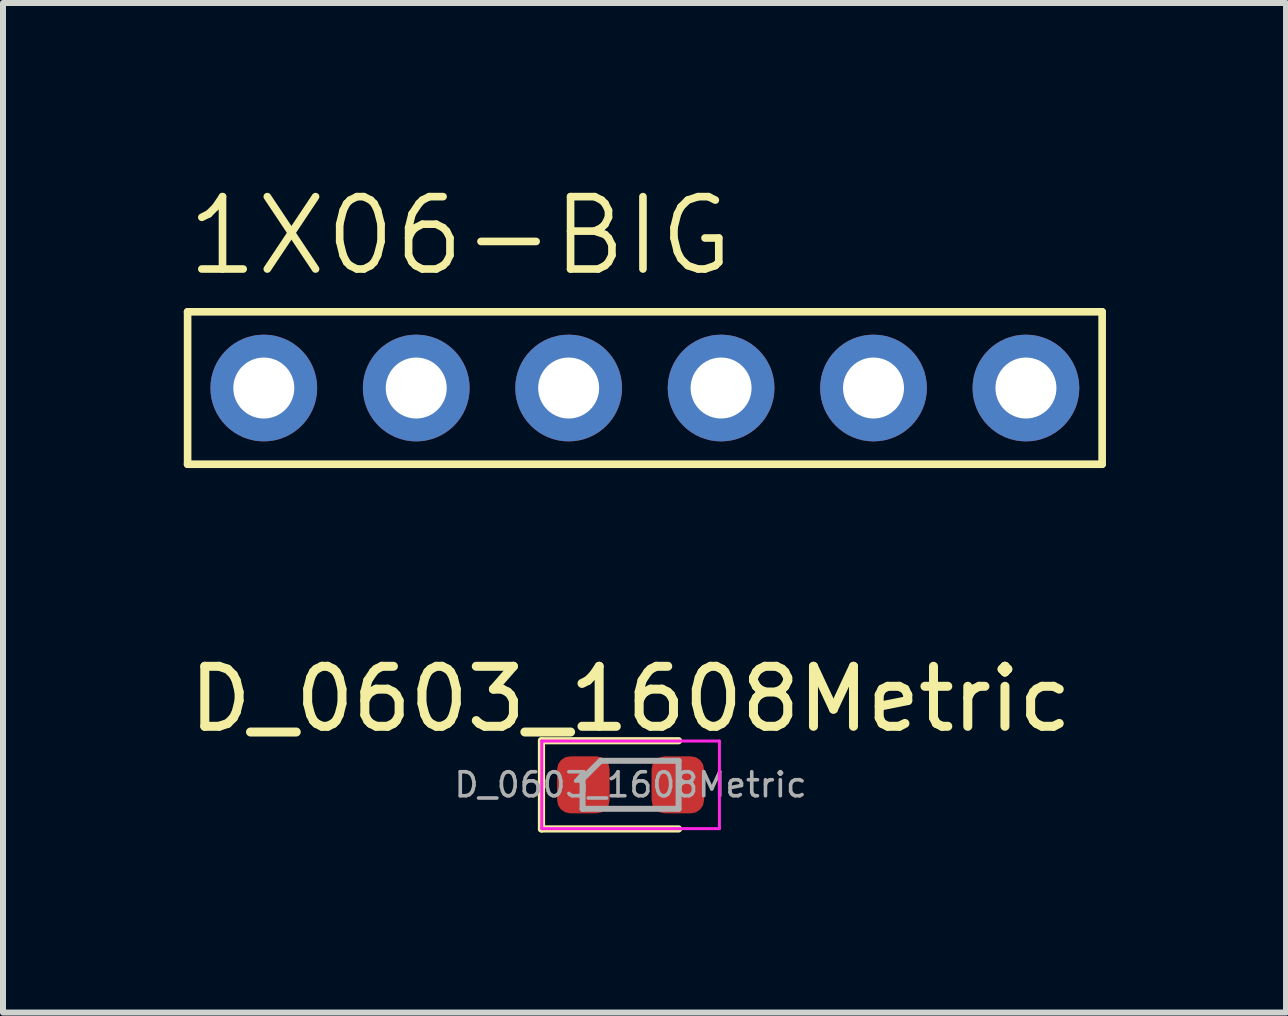
<source format=kicad_pcb>
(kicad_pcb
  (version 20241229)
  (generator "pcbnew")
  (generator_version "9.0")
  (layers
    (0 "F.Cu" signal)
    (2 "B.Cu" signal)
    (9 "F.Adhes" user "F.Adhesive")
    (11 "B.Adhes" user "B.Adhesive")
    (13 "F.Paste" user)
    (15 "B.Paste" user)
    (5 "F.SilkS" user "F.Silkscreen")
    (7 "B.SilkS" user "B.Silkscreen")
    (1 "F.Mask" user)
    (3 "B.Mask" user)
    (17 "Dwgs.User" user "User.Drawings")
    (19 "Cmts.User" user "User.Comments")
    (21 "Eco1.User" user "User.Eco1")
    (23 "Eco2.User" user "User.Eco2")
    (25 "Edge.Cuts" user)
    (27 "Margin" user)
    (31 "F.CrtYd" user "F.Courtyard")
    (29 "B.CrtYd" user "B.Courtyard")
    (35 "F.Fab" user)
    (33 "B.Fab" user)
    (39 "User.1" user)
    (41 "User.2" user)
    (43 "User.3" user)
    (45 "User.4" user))
  (footprint "D_0603_1608Metric"
    (layer "F.Cu")
    (at 7.458 10.028)
    (property "Reference" "D_0603_1608Metric" (at 0 -1.43 0) (layer "F.SilkS") (effects (font (size 1 1) (thickness 0.15))))
    (attr smd)
    (fp_line (start -1.485 -0.735) (end -1.485 0.735) (stroke (width 0.12) (type solid)) (layer "F.SilkS"))
    (fp_line (start -1.485 0.735) (end 0.8 0.735) (stroke (width 0.12) (type solid)) (layer "F.SilkS"))
    (fp_line (start 0.8 -0.735) (end -1.485 -0.735) (stroke (width 0.12) (type solid)) (layer "F.SilkS"))
    (fp_line (start -1.48 -0.73) (end 1.48 -0.73) (stroke (width 0.05) (type solid)) (layer "F.CrtYd"))
    (fp_line (start -1.48 0.73) (end -1.48 -0.73) (stroke (width 0.05) (type solid)) (layer "F.CrtYd"))
    (fp_line (start 1.48 -0.73) (end 1.48 0.73) (stroke (width 0.05) (type solid)) (layer "F.CrtYd"))
    (fp_line (start 1.48 0.73) (end -1.48 0.73) (stroke (width 0.05) (type solid)) (layer "F.CrtYd"))
    (fp_line (start -0.8 -0.1) (end -0.8 0.4) (stroke (width 0.1) (type solid)) (layer "F.Fab"))
    (fp_line (start -0.8 0.4) (end 0.8 0.4) (stroke (width 0.1) (type solid)) (layer "F.Fab"))
    (fp_line (start -0.5 -0.4) (end -0.8 -0.1) (stroke (width 0.1) (type solid)) (layer "F.Fab"))
    (fp_line (start 0.8 -0.4) (end -0.5 -0.4) (stroke (width 0.1) (type solid)) (layer "F.Fab"))
    (fp_line (start 0.8 0.4) (end 0.8 -0.4) (stroke (width 0.1) (type solid)) (layer "F.Fab"))
    (fp_text user "${REFERENCE}" (at 0 0 0) (layer "F.Fab") (effects (font (size 0.4 0.4) (thickness 0.06))))
    (pad "1" smd roundrect (at -0.787 0) (size 0.875 0.95) (layers "F.Cu" "F.Mask" "F.Paste") (roundrect_rratio 0.25))
    (pad "2" smd roundrect (at 0.787 0) (size 0.875 0.95) (layers "F.Cu" "F.Mask" "F.Paste") (roundrect_rratio 0.25)))
  (footprint "1X06-BIG"
    (layer "F.Cu")
    (at 7.696 3.416)
    (property "Reference" "1X06-BIG" (at -7.696 -1.829 0) (layer "F.SilkS") (effects (font (size 1.206 1.206) (thickness 0.127)) (justify left bottom)))
    (attr through_hole)
    (fp_line (start -7.62 -1.27) (end 7.62 -1.27) (stroke (width 0.127) (type solid)) (layer "F.SilkS"))
    (fp_line (start -7.62 1.27) (end -7.62 -1.27) (stroke (width 0.127) (type solid)) (layer "F.SilkS"))
    (fp_line (start 7.62 -1.27) (end 7.62 1.27) (stroke (width 0.127) (type solid)) (layer "F.SilkS"))
    (fp_line (start 7.62 1.27) (end -7.62 1.27) (stroke (width 0.127) (type solid)) (layer "F.SilkS"))
    (fp_poly (pts (xy -6.604 0.254) (xy -6.096 0.254) (xy -6.096 -0.254) (xy -6.604 -0.254)) (stroke (width 0.1) (type solid)) (fill no) (layer "F.Fab"))
    (fp_poly (pts (xy -4.064 0.254) (xy -3.556 0.254) (xy -3.556 -0.254) (xy -4.064 -0.254)) (stroke (width 0.1) (type solid)) (fill no) (layer "F.Fab"))
    (fp_poly (pts (xy -1.524 0.254) (xy -1.016 0.254) (xy -1.016 -0.254) (xy -1.524 -0.254)) (stroke (width 0.1) (type solid)) (fill no) (layer "F.Fab"))
    (fp_poly (pts (xy 1.016 0.254) (xy 1.524 0.254) (xy 1.524 -0.254) (xy 1.016 -0.254)) (stroke (width 0.1) (type solid)) (fill no) (layer "F.Fab"))
    (fp_poly (pts (xy 3.556 0.254) (xy 4.064 0.254) (xy 4.064 -0.254) (xy 3.556 -0.254)) (stroke (width 0.1) (type solid)) (fill no) (layer "F.Fab"))
    (fp_poly (pts (xy 6.096 0.254) (xy 6.604 0.254) (xy 6.604 -0.254) (xy 6.096 -0.254)) (stroke (width 0.1) (type solid)) (fill no) (layer "F.Fab"))
    (pad "1" thru_hole circle (at -6.35 0 90) (size 1.778 1.778) (drill 1.016) (layers "*.Cu" "*.Mask"))
    (pad "2" thru_hole circle (at -3.81 0 90) (size 1.778 1.778) (drill 1.016) (layers "*.Cu" "*.Mask"))
    (pad "3" thru_hole circle (at -1.27 0 90) (size 1.778 1.778) (drill 1.016) (layers "*.Cu" "*.Mask"))
    (pad "4" thru_hole circle (at 1.27 0 90) (size 1.778 1.778) (drill 1.016) (layers "*.Cu" "*.Mask"))
    (pad "5" thru_hole circle (at 3.81 0 90) (size 1.778 1.778) (drill 1.016) (layers "*.Cu" "*.Mask"))
    (pad "6" thru_hole circle (at 6.35 0 90) (size 1.778 1.778) (drill 1.016) (layers "*.Cu" "*.Mask")))
  (gr_rect
    (start -3 -3)
    (end 18.38 13.823)
    (stroke (width 0.1) (type default))
    (fill no)
    (layer "Edge.Cuts")))
</source>
